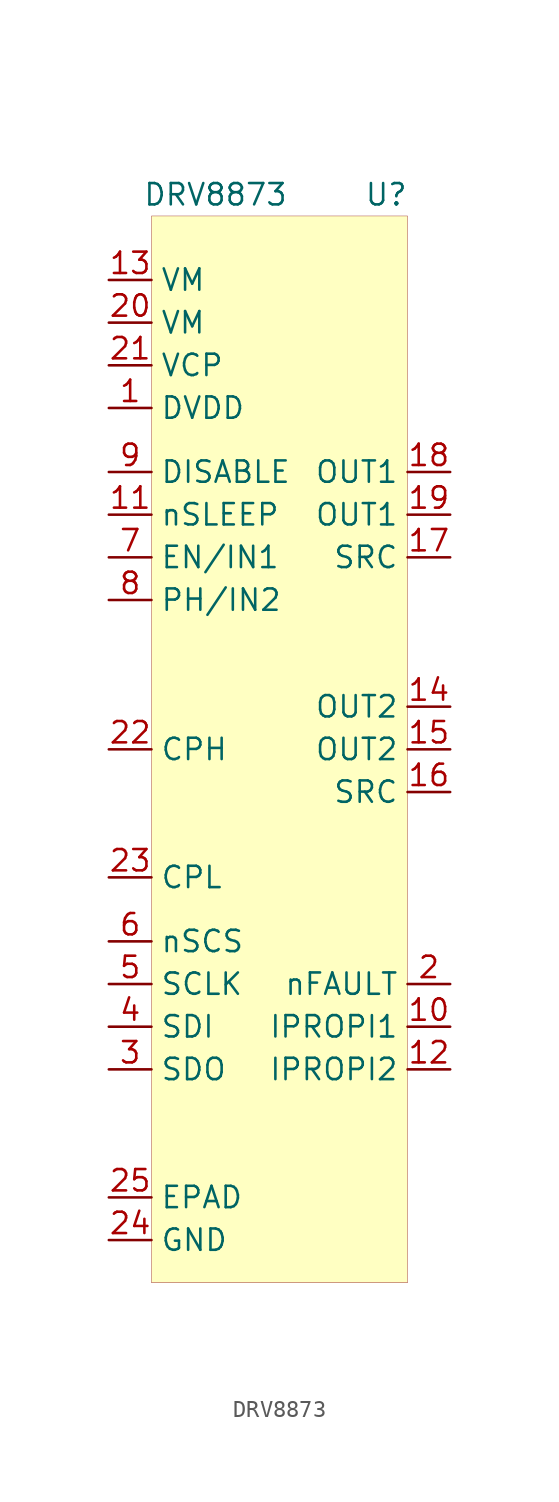
<source format=kicad_sym>
(kicad_symbol_lib
  (version 20201005)
  (generator kicad_symbol_editor)
  (symbol "MotorDrivers:DRV8873"
    (property "Reference" "U"
      (at 6.35 33.02 0)
      (effects (font (size 1.27 1.27))))
    (property "Value" "DRV8873"
      (at -3.81 33.02 0)
      (effects (font (size 1.27 1.27))))
    (symbol "DRV8873_0_1"
      (rectangle (start -7.62 31.75) (end 7.62 -31.75) (stroke (width 0.001)) (fill (type background))))
    (symbol "DRV8873_1_1"
      (pin power_in line (at -10.16 20.32 0) (length 2.54) (name "DVDD" (effects (font (size 1.27 1.27)))) (number "1" (effects (font (size 1.27 1.27)))))
      (pin power_in line (at 10.16 -13.97 180) (length 2.54) (name "nFAULT" (effects (font (size 1.27 1.27)))) (number "2" (effects (font (size 1.27 1.27)))))
      (pin input line (at -10.16 -19.05 0) (length 2.54) (name "SDO" (effects (font (size 1.27 1.27)))) (number "3" (effects (font (size 1.27 1.27)))))
      (pin input line (at -10.16 -16.51 0) (length 2.54) (name "SDI" (effects (font (size 1.27 1.27)))) (number "4" (effects (font (size 1.27 1.27)))))
      (pin input line (at -10.16 -13.97 0) (length 2.54) (name "SCLK" (effects (font (size 1.27 1.27)))) (number "5" (effects (font (size 1.27 1.27)))))
      (pin input line (at -10.16 -11.43 0) (length 2.54) (name "nSCS" (effects (font (size 1.27 1.27)))) (number "6" (effects (font (size 1.27 1.27)))))
      (pin input line (at -10.16 11.43 0) (length 2.54) (name "EN/IN1" (effects (font (size 1.27 1.27)))) (number "7" (effects (font (size 1.27 1.27)))))
      (pin input line (at -10.16 8.89 0) (length 2.54) (name "PH/IN2" (effects (font (size 1.27 1.27)))) (number "8" (effects (font (size 1.27 1.27)))))
      (pin input line (at -10.16 16.51 0) (length 2.54) (name "DISABLE" (effects (font (size 1.27 1.27)))) (number "9" (effects (font (size 1.27 1.27)))))
      (pin input line (at 10.16 -16.51 180) (length 2.54) (name "IPROPI1" (effects (font (size 1.27 1.27)))) (number "10" (effects (font (size 1.27 1.27)))))
      (pin input line (at -10.16 13.97 0) (length 2.54) (name "nSLEEP" (effects (font (size 1.27 1.27)))) (number "11" (effects (font (size 1.27 1.27)))))
      (pin input line (at 10.16 -19.05 180) (length 2.54) (name "IPROPI2" (effects (font (size 1.27 1.27)))) (number "12" (effects (font (size 1.27 1.27)))))
      (pin input line (at -10.16 27.94 0) (length 2.54) (name "VM" (effects (font (size 1.27 1.27)))) (number "13" (effects (font (size 1.27 1.27)))))
      (pin input line (at 10.16 2.54 180) (length 2.54) (name "OUT2" (effects (font (size 1.27 1.27)))) (number "14" (effects (font (size 1.27 1.27)))))
      (pin input line (at 10.16 0 180) (length 2.54) (name "OUT2" (effects (font (size 1.27 1.27)))) (number "15" (effects (font (size 1.27 1.27)))))
      (pin input line (at 10.16 -2.54 180) (length 2.54) (name "SRC" (effects (font (size 1.27 1.27)))) (number "16" (effects (font (size 1.27 1.27)))))
      (pin input line (at 10.16 11.43 180) (length 2.54) (name "SRC" (effects (font (size 1.27 1.27)))) (number "17" (effects (font (size 1.27 1.27)))))
      (pin input line (at 10.16 16.51 180) (length 2.54) (name "OUT1" (effects (font (size 1.27 1.27)))) (number "18" (effects (font (size 1.27 1.27)))))
      (pin input line (at 10.16 13.97 180) (length 2.54) (name "OUT1" (effects (font (size 1.27 1.27)))) (number "19" (effects (font (size 1.27 1.27)))))
      (pin input line (at -10.16 25.4 0) (length 2.54) (name "VM" (effects (font (size 1.27 1.27)))) (number "20" (effects (font (size 1.27 1.27)))))
      (pin input line (at -10.16 22.86 0) (length 2.54) (name "VCP" (effects (font (size 1.27 1.27)))) (number "21" (effects (font (size 1.27 1.27)))))
      (pin input line (at -10.16 0 0) (length 2.54) (name "CPH" (effects (font (size 1.27 1.27)))) (number "22" (effects (font (size 1.27 1.27)))))
      (pin input line (at -10.16 -7.62 0) (length 2.54) (name "CPL" (effects (font (size 1.27 1.27)))) (number "23" (effects (font (size 1.27 1.27)))))
      (pin input line (at -10.16 -29.21 0) (length 2.54) (name "GND" (effects (font (size 1.27 1.27)))) (number "24" (effects (font (size 1.27 1.27)))))
      (pin input line (at -10.16 -26.67 0) (length 2.54) (name "EPAD" (effects (font (size 1.27 1.27)))) (number "25" (effects (font (size 1.27 1.27))))))))
</source>
